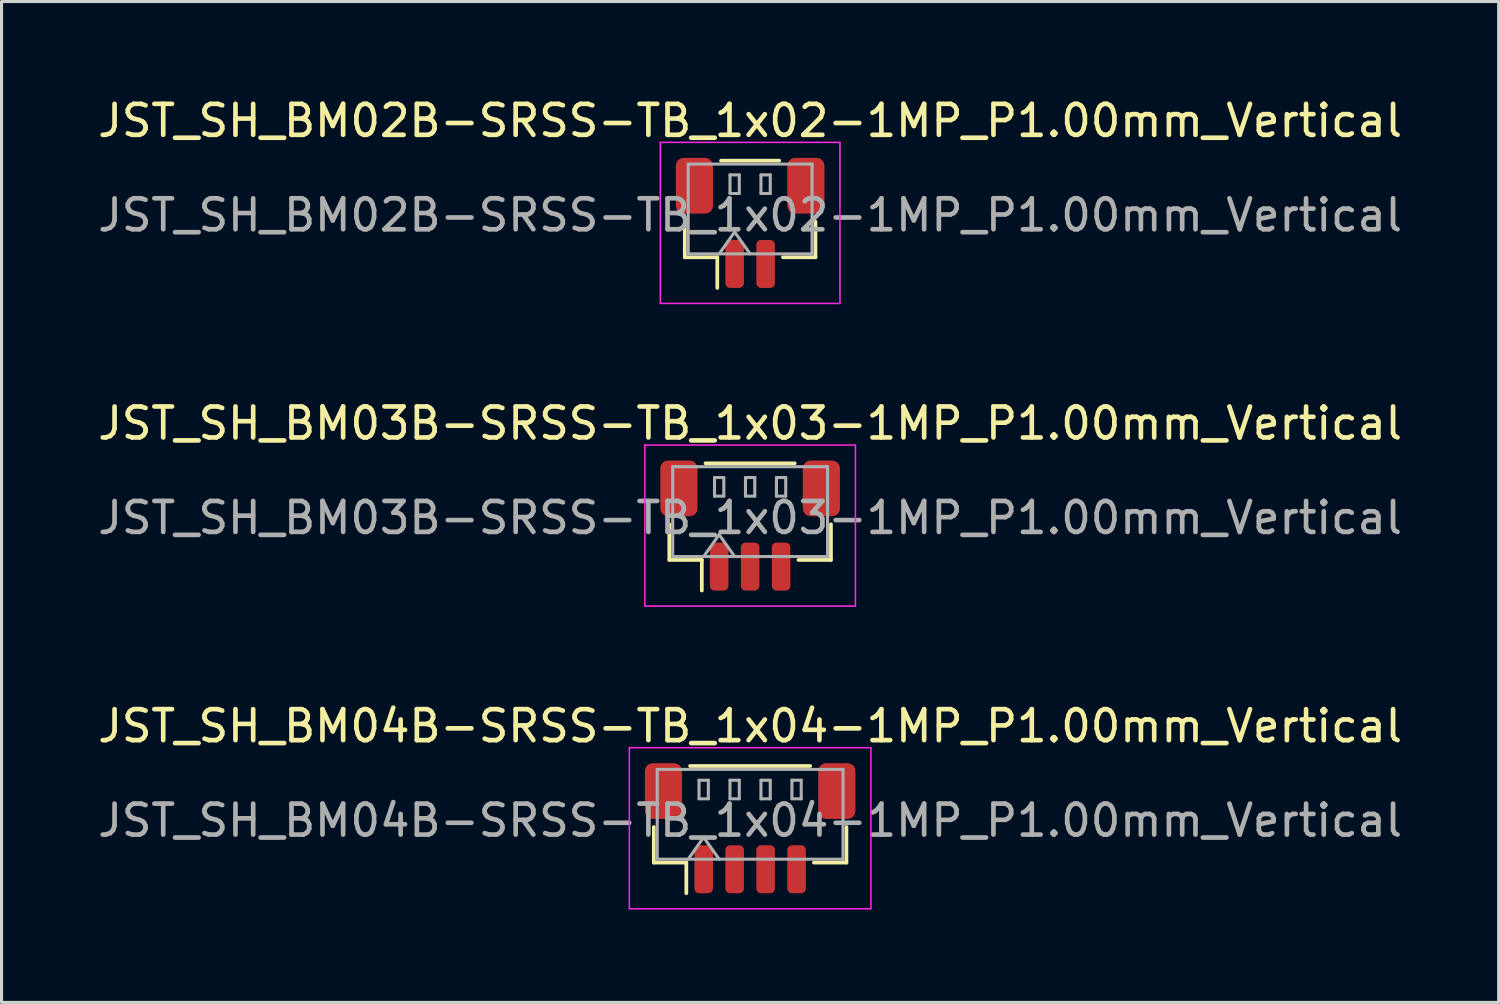
<source format=kicad_pcb>
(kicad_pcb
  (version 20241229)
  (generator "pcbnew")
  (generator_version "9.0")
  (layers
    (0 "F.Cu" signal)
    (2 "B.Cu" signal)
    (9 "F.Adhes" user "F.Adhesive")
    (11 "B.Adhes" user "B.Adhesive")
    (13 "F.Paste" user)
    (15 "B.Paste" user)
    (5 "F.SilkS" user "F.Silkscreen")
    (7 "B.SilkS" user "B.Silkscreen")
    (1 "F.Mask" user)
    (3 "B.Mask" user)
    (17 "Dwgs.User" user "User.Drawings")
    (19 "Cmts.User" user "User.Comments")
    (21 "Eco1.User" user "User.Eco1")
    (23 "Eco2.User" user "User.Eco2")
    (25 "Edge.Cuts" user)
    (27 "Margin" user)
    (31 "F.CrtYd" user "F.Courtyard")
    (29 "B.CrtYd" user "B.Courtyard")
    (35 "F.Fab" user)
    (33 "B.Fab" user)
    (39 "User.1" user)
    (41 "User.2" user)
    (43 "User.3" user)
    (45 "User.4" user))
  (footprint "JST_SH_BM02B-SRSS-TB_1x02-1MP_P1.00mm_Vertical"
    (layer "F.Cu")
    (at 21.173 4.148)
    (property "Reference" "JST_SH_BM02B-SRSS-TB_1x02-1MP_P1.00mm_Vertical" (at 0 -3.3 0) (layer "F.SilkS") (effects (font (size 1 1) (thickness 0.15))))
    (attr smd)
    (fp_line (start -2.11 -0.04) (end -2.11 1.11) (stroke (width 0.12) (type solid)) (layer "F.SilkS"))
    (fp_line (start -2.11 1.11) (end -1.06 1.11) (stroke (width 0.12) (type solid)) (layer "F.SilkS"))
    (fp_line (start -1.06 1.11) (end -1.06 2.1) (stroke (width 0.12) (type solid)) (layer "F.SilkS"))
    (fp_line (start -0.94 -2.01) (end 0.94 -2.01) (stroke (width 0.12) (type solid)) (layer "F.SilkS"))
    (fp_line (start 2.11 -0.04) (end 2.11 1.11) (stroke (width 0.12) (type solid)) (layer "F.SilkS"))
    (fp_line (start 2.11 1.11) (end 1.06 1.11) (stroke (width 0.12) (type solid)) (layer "F.SilkS"))
    (fp_line (start -2.9 -2.6) (end -2.9 2.6) (stroke (width 0.05) (type solid)) (layer "F.CrtYd"))
    (fp_line (start -2.9 2.6) (end 2.9 2.6) (stroke (width 0.05) (type solid)) (layer "F.CrtYd"))
    (fp_line (start 2.9 -2.6) (end -2.9 -2.6) (stroke (width 0.05) (type solid)) (layer "F.CrtYd"))
    (fp_line (start 2.9 2.6) (end 2.9 -2.6) (stroke (width 0.05) (type solid)) (layer "F.CrtYd"))
    (fp_line (start -2 -1.9) (end 2 -1.9) (stroke (width 0.1) (type solid)) (layer "F.Fab"))
    (fp_line (start -2 1) (end -2 -1.9) (stroke (width 0.1) (type solid)) (layer "F.Fab"))
    (fp_line (start -2 1) (end 2 1) (stroke (width 0.1) (type solid)) (layer "F.Fab"))
    (fp_line (start -1 1) (end -0.5 0.293) (stroke (width 0.1) (type solid)) (layer "F.Fab"))
    (fp_line (start -0.65 -1.55) (end -0.65 -0.95) (stroke (width 0.1) (type solid)) (layer "F.Fab"))
    (fp_line (start -0.65 -0.95) (end -0.35 -0.95) (stroke (width 0.1) (type solid)) (layer "F.Fab"))
    (fp_line (start -0.5 0.293) (end 0 1) (stroke (width 0.1) (type solid)) (layer "F.Fab"))
    (fp_line (start -0.35 -1.55) (end -0.65 -1.55) (stroke (width 0.1) (type solid)) (layer "F.Fab"))
    (fp_line (start -0.35 -0.95) (end -0.35 -1.55) (stroke (width 0.1) (type solid)) (layer "F.Fab"))
    (fp_line (start 0.35 -1.55) (end 0.35 -0.95) (stroke (width 0.1) (type solid)) (layer "F.Fab"))
    (fp_line (start 0.35 -0.95) (end 0.65 -0.95) (stroke (width 0.1) (type solid)) (layer "F.Fab"))
    (fp_line (start 0.65 -1.55) (end 0.35 -1.55) (stroke (width 0.1) (type solid)) (layer "F.Fab"))
    (fp_line (start 0.65 -0.95) (end 0.65 -1.55) (stroke (width 0.1) (type solid)) (layer "F.Fab"))
    (fp_line (start 2 1) (end 2 -1.9) (stroke (width 0.1) (type solid)) (layer "F.Fab"))
    (fp_text user "${REFERENCE}" (at 0 -0.25 0) (layer "F.Fab") (effects (font (size 1 1) (thickness 0.15))))
    (pad "1" smd roundrect (at -0.5 1.325) (size 0.6 1.55) (layers "F.Cu" "F.Mask" "F.Paste") (roundrect_rratio 0.25))
    (pad "2" smd roundrect (at 0.5 1.325) (size 0.6 1.55) (layers "F.Cu" "F.Mask" "F.Paste") (roundrect_rratio 0.25))
    (pad "MP" smd roundrect (at -1.8 -1.2) (size 1.2 1.8) (layers "F.Cu" "F.Mask" "F.Paste") (roundrect_rratio 0.208))
    (pad "MP" smd roundrect (at 1.8 -1.2) (size 1.2 1.8) (layers "F.Cu" "F.Mask" "F.Paste") (roundrect_rratio 0.208)))
  (footprint "JST_SH_BM03B-SRSS-TB_1x03-1MP_P1.00mm_Vertical"
    (layer "F.Cu")
    (at 21.173 13.921)
    (property "Reference" "JST_SH_BM03B-SRSS-TB_1x03-1MP_P1.00mm_Vertical" (at 0 -3.3 0) (layer "F.SilkS") (effects (font (size 1 1) (thickness 0.15))))
    (attr smd)
    (fp_line (start -2.61 -0.04) (end -2.61 1.11) (stroke (width 0.12) (type solid)) (layer "F.SilkS"))
    (fp_line (start -2.61 1.11) (end -1.56 1.11) (stroke (width 0.12) (type solid)) (layer "F.SilkS"))
    (fp_line (start -1.56 1.11) (end -1.56 2.1) (stroke (width 0.12) (type solid)) (layer "F.SilkS"))
    (fp_line (start -1.44 -2.01) (end 1.44 -2.01) (stroke (width 0.12) (type solid)) (layer "F.SilkS"))
    (fp_line (start 2.61 -0.04) (end 2.61 1.11) (stroke (width 0.12) (type solid)) (layer "F.SilkS"))
    (fp_line (start 2.61 1.11) (end 1.56 1.11) (stroke (width 0.12) (type solid)) (layer "F.SilkS"))
    (fp_line (start -3.4 -2.6) (end -3.4 2.6) (stroke (width 0.05) (type solid)) (layer "F.CrtYd"))
    (fp_line (start -3.4 2.6) (end 3.4 2.6) (stroke (width 0.05) (type solid)) (layer "F.CrtYd"))
    (fp_line (start 3.4 -2.6) (end -3.4 -2.6) (stroke (width 0.05) (type solid)) (layer "F.CrtYd"))
    (fp_line (start 3.4 2.6) (end 3.4 -2.6) (stroke (width 0.05) (type solid)) (layer "F.CrtYd"))
    (fp_line (start -2.5 -1.9) (end 2.5 -1.9) (stroke (width 0.1) (type solid)) (layer "F.Fab"))
    (fp_line (start -2.5 1) (end -2.5 -1.9) (stroke (width 0.1) (type solid)) (layer "F.Fab"))
    (fp_line (start -2.5 1) (end 2.5 1) (stroke (width 0.1) (type solid)) (layer "F.Fab"))
    (fp_line (start -1.5 1) (end -1 0.293) (stroke (width 0.1) (type solid)) (layer "F.Fab"))
    (fp_line (start -1.15 -1.55) (end -1.15 -0.95) (stroke (width 0.1) (type solid)) (layer "F.Fab"))
    (fp_line (start -1.15 -0.95) (end -0.85 -0.95) (stroke (width 0.1) (type solid)) (layer "F.Fab"))
    (fp_line (start -1 0.293) (end -0.5 1) (stroke (width 0.1) (type solid)) (layer "F.Fab"))
    (fp_line (start -0.85 -1.55) (end -1.15 -1.55) (stroke (width 0.1) (type solid)) (layer "F.Fab"))
    (fp_line (start -0.85 -0.95) (end -0.85 -1.55) (stroke (width 0.1) (type solid)) (layer "F.Fab"))
    (fp_line (start -0.15 -1.55) (end -0.15 -0.95) (stroke (width 0.1) (type solid)) (layer "F.Fab"))
    (fp_line (start -0.15 -0.95) (end 0.15 -0.95) (stroke (width 0.1) (type solid)) (layer "F.Fab"))
    (fp_line (start 0.15 -1.55) (end -0.15 -1.55) (stroke (width 0.1) (type solid)) (layer "F.Fab"))
    (fp_line (start 0.15 -0.95) (end 0.15 -1.55) (stroke (width 0.1) (type solid)) (layer "F.Fab"))
    (fp_line (start 0.85 -1.55) (end 0.85 -0.95) (stroke (width 0.1) (type solid)) (layer "F.Fab"))
    (fp_line (start 0.85 -0.95) (end 1.15 -0.95) (stroke (width 0.1) (type solid)) (layer "F.Fab"))
    (fp_line (start 1.15 -1.55) (end 0.85 -1.55) (stroke (width 0.1) (type solid)) (layer "F.Fab"))
    (fp_line (start 1.15 -0.95) (end 1.15 -1.55) (stroke (width 0.1) (type solid)) (layer "F.Fab"))
    (fp_line (start 2.5 1) (end 2.5 -1.9) (stroke (width 0.1) (type solid)) (layer "F.Fab"))
    (fp_text user "${REFERENCE}" (at 0 -0.25 0) (layer "F.Fab") (effects (font (size 1 1) (thickness 0.15))))
    (pad "1" smd roundrect (at -1 1.325) (size 0.6 1.55) (layers "F.Cu" "F.Mask" "F.Paste") (roundrect_rratio 0.25))
    (pad "2" smd roundrect (at 0 1.325) (size 0.6 1.55) (layers "F.Cu" "F.Mask" "F.Paste") (roundrect_rratio 0.25))
    (pad "3" smd roundrect (at 1 1.325) (size 0.6 1.55) (layers "F.Cu" "F.Mask" "F.Paste") (roundrect_rratio 0.25))
    (pad "MP" smd roundrect (at -2.3 -1.2) (size 1.2 1.8) (layers "F.Cu" "F.Mask" "F.Paste") (roundrect_rratio 0.208))
    (pad "MP" smd roundrect (at 2.3 -1.2) (size 1.2 1.8) (layers "F.Cu" "F.Mask" "F.Paste") (roundrect_rratio 0.208)))
  (footprint "JST_SH_BM04B-SRSS-TB_1x04-1MP_P1.00mm_Vertical"
    (layer "F.Cu")
    (at 21.173 23.695)
    (property "Reference" "JST_SH_BM04B-SRSS-TB_1x04-1MP_P1.00mm_Vertical" (at 0 -3.3 0) (layer "F.SilkS") (effects (font (size 1 1) (thickness 0.15))))
    (attr smd)
    (fp_line (start -3.11 -0.04) (end -3.11 1.11) (stroke (width 0.12) (type solid)) (layer "F.SilkS"))
    (fp_line (start -3.11 1.11) (end -2.06 1.11) (stroke (width 0.12) (type solid)) (layer "F.SilkS"))
    (fp_line (start -2.06 1.11) (end -2.06 2.1) (stroke (width 0.12) (type solid)) (layer "F.SilkS"))
    (fp_line (start -1.94 -2.01) (end 1.94 -2.01) (stroke (width 0.12) (type solid)) (layer "F.SilkS"))
    (fp_line (start 3.11 -0.04) (end 3.11 1.11) (stroke (width 0.12) (type solid)) (layer "F.SilkS"))
    (fp_line (start 3.11 1.11) (end 2.06 1.11) (stroke (width 0.12) (type solid)) (layer "F.SilkS"))
    (fp_line (start -3.9 -2.6) (end -3.9 2.6) (stroke (width 0.05) (type solid)) (layer "F.CrtYd"))
    (fp_line (start -3.9 2.6) (end 3.9 2.6) (stroke (width 0.05) (type solid)) (layer "F.CrtYd"))
    (fp_line (start 3.9 -2.6) (end -3.9 -2.6) (stroke (width 0.05) (type solid)) (layer "F.CrtYd"))
    (fp_line (start 3.9 2.6) (end 3.9 -2.6) (stroke (width 0.05) (type solid)) (layer "F.CrtYd"))
    (fp_line (start -3 -1.9) (end 3 -1.9) (stroke (width 0.1) (type solid)) (layer "F.Fab"))
    (fp_line (start -3 1) (end -3 -1.9) (stroke (width 0.1) (type solid)) (layer "F.Fab"))
    (fp_line (start -3 1) (end 3 1) (stroke (width 0.1) (type solid)) (layer "F.Fab"))
    (fp_line (start -2 1) (end -1.5 0.293) (stroke (width 0.1) (type solid)) (layer "F.Fab"))
    (fp_line (start -1.65 -1.55) (end -1.65 -0.95) (stroke (width 0.1) (type solid)) (layer "F.Fab"))
    (fp_line (start -1.65 -0.95) (end -1.35 -0.95) (stroke (width 0.1) (type solid)) (layer "F.Fab"))
    (fp_line (start -1.5 0.293) (end -1 1) (stroke (width 0.1) (type solid)) (layer "F.Fab"))
    (fp_line (start -1.35 -1.55) (end -1.65 -1.55) (stroke (width 0.1) (type solid)) (layer "F.Fab"))
    (fp_line (start -1.35 -0.95) (end -1.35 -1.55) (stroke (width 0.1) (type solid)) (layer "F.Fab"))
    (fp_line (start -0.65 -1.55) (end -0.65 -0.95) (stroke (width 0.1) (type solid)) (layer "F.Fab"))
    (fp_line (start -0.65 -0.95) (end -0.35 -0.95) (stroke (width 0.1) (type solid)) (layer "F.Fab"))
    (fp_line (start -0.35 -1.55) (end -0.65 -1.55) (stroke (width 0.1) (type solid)) (layer "F.Fab"))
    (fp_line (start -0.35 -0.95) (end -0.35 -1.55) (stroke (width 0.1) (type solid)) (layer "F.Fab"))
    (fp_line (start 0.35 -1.55) (end 0.35 -0.95) (stroke (width 0.1) (type solid)) (layer "F.Fab"))
    (fp_line (start 0.35 -0.95) (end 0.65 -0.95) (stroke (width 0.1) (type solid)) (layer "F.Fab"))
    (fp_line (start 0.65 -1.55) (end 0.35 -1.55) (stroke (width 0.1) (type solid)) (layer "F.Fab"))
    (fp_line (start 0.65 -0.95) (end 0.65 -1.55) (stroke (width 0.1) (type solid)) (layer "F.Fab"))
    (fp_line (start 1.35 -1.55) (end 1.35 -0.95) (stroke (width 0.1) (type solid)) (layer "F.Fab"))
    (fp_line (start 1.35 -0.95) (end 1.65 -0.95) (stroke (width 0.1) (type solid)) (layer "F.Fab"))
    (fp_line (start 1.65 -1.55) (end 1.35 -1.55) (stroke (width 0.1) (type solid)) (layer "F.Fab"))
    (fp_line (start 1.65 -0.95) (end 1.65 -1.55) (stroke (width 0.1) (type solid)) (layer "F.Fab"))
    (fp_line (start 3 1) (end 3 -1.9) (stroke (width 0.1) (type solid)) (layer "F.Fab"))
    (fp_text user "${REFERENCE}" (at 0 -0.25 0) (layer "F.Fab") (effects (font (size 1 1) (thickness 0.15))))
    (pad "1" smd roundrect (at -1.5 1.325) (size 0.6 1.55) (layers "F.Cu" "F.Mask" "F.Paste") (roundrect_rratio 0.25))
    (pad "2" smd roundrect (at -0.5 1.325) (size 0.6 1.55) (layers "F.Cu" "F.Mask" "F.Paste") (roundrect_rratio 0.25))
    (pad "3" smd roundrect (at 0.5 1.325) (size 0.6 1.55) (layers "F.Cu" "F.Mask" "F.Paste") (roundrect_rratio 0.25))
    (pad "4" smd roundrect (at 1.5 1.325) (size 0.6 1.55) (layers "F.Cu" "F.Mask" "F.Paste") (roundrect_rratio 0.25))
    (pad "MP" smd roundrect (at -2.8 -1.2) (size 1.2 1.8) (layers "F.Cu" "F.Mask" "F.Paste") (roundrect_rratio 0.208))
    (pad "MP" smd roundrect (at 2.8 -1.2) (size 1.2 1.8) (layers "F.Cu" "F.Mask" "F.Paste") (roundrect_rratio 0.208)))
  (gr_rect
    (start -3 -3)
    (end 45.345 29.32)
    (stroke (width 0.1) (type default))
    (fill no)
    (layer "Edge.Cuts")))
</source>
